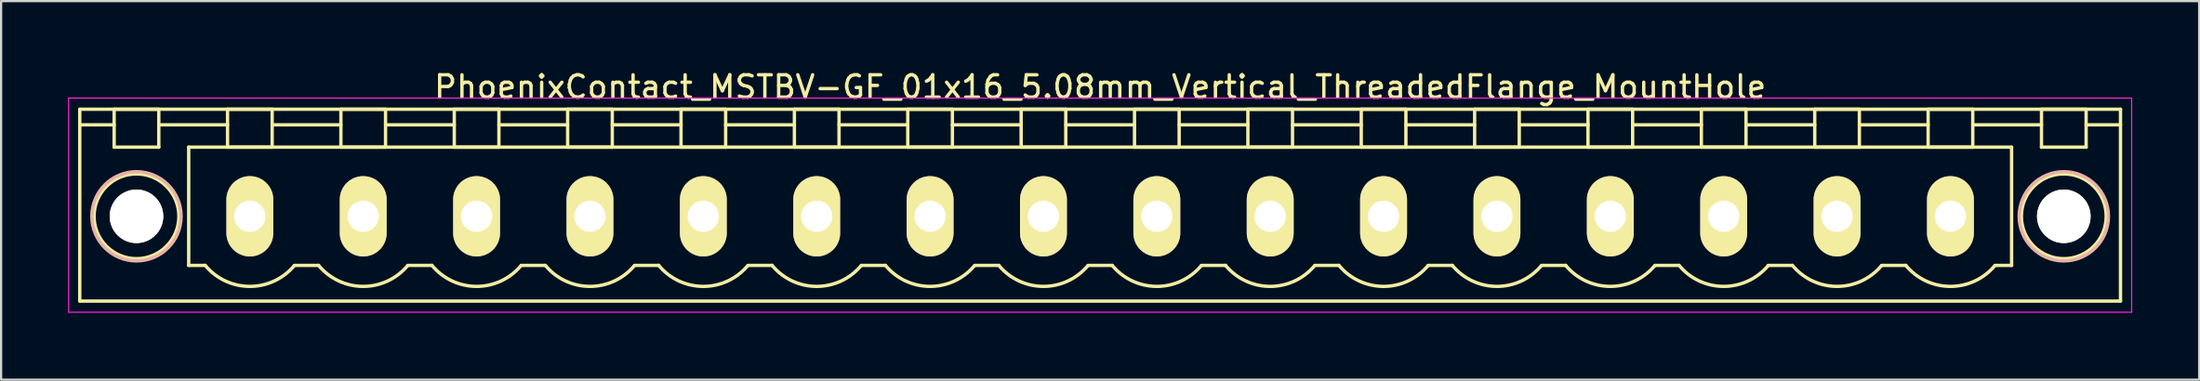
<source format=kicad_pcb>
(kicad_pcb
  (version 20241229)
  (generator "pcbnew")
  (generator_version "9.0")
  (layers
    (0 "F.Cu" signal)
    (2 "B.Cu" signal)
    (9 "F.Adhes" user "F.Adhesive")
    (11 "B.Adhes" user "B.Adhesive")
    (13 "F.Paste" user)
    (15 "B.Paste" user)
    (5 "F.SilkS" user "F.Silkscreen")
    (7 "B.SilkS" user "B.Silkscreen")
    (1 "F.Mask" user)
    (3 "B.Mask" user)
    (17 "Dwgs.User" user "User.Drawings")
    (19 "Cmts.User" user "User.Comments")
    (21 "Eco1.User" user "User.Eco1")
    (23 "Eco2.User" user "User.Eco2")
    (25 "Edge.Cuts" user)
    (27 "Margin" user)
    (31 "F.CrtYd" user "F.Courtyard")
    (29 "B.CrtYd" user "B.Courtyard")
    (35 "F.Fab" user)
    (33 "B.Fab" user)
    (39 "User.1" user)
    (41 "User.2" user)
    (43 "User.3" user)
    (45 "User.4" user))
  (footprint "PhoenixContact_MSTBV-GF_01x16_5.08mm_Vertical_ThreadedFlange_MountHole"
    (layer "F.Cu")
    (at 8.145 6.648)
    (property "Reference" "PhoenixContact_MSTBV-GF_01x16_5.08mm_Vertical_ThreadedFlange_MountHole" (at 38.1 -5.8 0) (layer "F.SilkS") (effects (font (size 1 1) (thickness 0.15))))
    (attr through_hole)
    (fp_line (start -7.62 -4.8) (end -7.62 3.8) (stroke (width 0.15) (type solid)) (layer "F.SilkS"))
    (fp_line (start -7.62 -4.1) (end -6.08 -4.1) (stroke (width 0.15) (type solid)) (layer "F.SilkS"))
    (fp_line (start -7.62 3.8) (end 83.82 3.8) (stroke (width 0.15) (type solid)) (layer "F.SilkS"))
    (fp_line (start -6.08 -4.8) (end -4.08 -4.8) (stroke (width 0.15) (type solid)) (layer "F.SilkS"))
    (fp_line (start -6.08 -3.1) (end -6.08 -4.8) (stroke (width 0.15) (type solid)) (layer "F.SilkS"))
    (fp_line (start -4.08 -4.8) (end -4.08 -3.1) (stroke (width 0.15) (type solid)) (layer "F.SilkS"))
    (fp_line (start -4.08 -4.1) (end -1 -4.1) (stroke (width 0.15) (type solid)) (layer "F.SilkS"))
    (fp_line (start -4.08 -3.1) (end -6.08 -3.1) (stroke (width 0.15) (type solid)) (layer "F.SilkS"))
    (fp_line (start -2.74 -3.1) (end 78.94 -3.1) (stroke (width 0.15) (type solid)) (layer "F.SilkS"))
    (fp_line (start -2.74 2.2) (end -2.74 -3.1) (stroke (width 0.15) (type solid)) (layer "F.SilkS"))
    (fp_line (start -2 2.2) (end -2.74 2.2) (stroke (width 0.15) (type solid)) (layer "F.SilkS"))
    (fp_line (start -1 -4.8) (end 1 -4.8) (stroke (width 0.15) (type solid)) (layer "F.SilkS"))
    (fp_line (start -1 -3.1) (end -1 -4.8) (stroke (width 0.15) (type solid)) (layer "F.SilkS"))
    (fp_line (start 1 -4.8) (end 1 -3.1) (stroke (width 0.15) (type solid)) (layer "F.SilkS"))
    (fp_line (start 1 -4.1) (end 4.08 -4.1) (stroke (width 0.15) (type solid)) (layer "F.SilkS"))
    (fp_line (start 1 -3.1) (end -1 -3.1) (stroke (width 0.15) (type solid)) (layer "F.SilkS"))
    (fp_line (start 2 2.2) (end 3.08 2.2) (stroke (width 0.15) (type solid)) (layer "F.SilkS"))
    (fp_line (start 4.08 -4.8) (end 6.08 -4.8) (stroke (width 0.15) (type solid)) (layer "F.SilkS"))
    (fp_line (start 4.08 -3.1) (end 4.08 -4.8) (stroke (width 0.15) (type solid)) (layer "F.SilkS"))
    (fp_line (start 6.08 -4.8) (end 6.08 -3.1) (stroke (width 0.15) (type solid)) (layer "F.SilkS"))
    (fp_line (start 6.08 -4.1) (end 9.16 -4.1) (stroke (width 0.15) (type solid)) (layer "F.SilkS"))
    (fp_line (start 6.08 -3.1) (end 4.08 -3.1) (stroke (width 0.15) (type solid)) (layer "F.SilkS"))
    (fp_line (start 7.08 2.2) (end 8.16 2.2) (stroke (width 0.15) (type solid)) (layer "F.SilkS"))
    (fp_line (start 9.16 -4.8) (end 11.16 -4.8) (stroke (width 0.15) (type solid)) (layer "F.SilkS"))
    (fp_line (start 9.16 -3.1) (end 9.16 -4.8) (stroke (width 0.15) (type solid)) (layer "F.SilkS"))
    (fp_line (start 11.16 -4.8) (end 11.16 -3.1) (stroke (width 0.15) (type solid)) (layer "F.SilkS"))
    (fp_line (start 11.16 -4.1) (end 14.24 -4.1) (stroke (width 0.15) (type solid)) (layer "F.SilkS"))
    (fp_line (start 11.16 -3.1) (end 9.16 -3.1) (stroke (width 0.15) (type solid)) (layer "F.SilkS"))
    (fp_line (start 12.16 2.2) (end 13.24 2.2) (stroke (width 0.15) (type solid)) (layer "F.SilkS"))
    (fp_line (start 14.24 -4.8) (end 16.24 -4.8) (stroke (width 0.15) (type solid)) (layer "F.SilkS"))
    (fp_line (start 14.24 -3.1) (end 14.24 -4.8) (stroke (width 0.15) (type solid)) (layer "F.SilkS"))
    (fp_line (start 16.24 -4.8) (end 16.24 -3.1) (stroke (width 0.15) (type solid)) (layer "F.SilkS"))
    (fp_line (start 16.24 -4.1) (end 19.32 -4.1) (stroke (width 0.15) (type solid)) (layer "F.SilkS"))
    (fp_line (start 16.24 -3.1) (end 14.24 -3.1) (stroke (width 0.15) (type solid)) (layer "F.SilkS"))
    (fp_line (start 17.24 2.2) (end 18.32 2.2) (stroke (width 0.15) (type solid)) (layer "F.SilkS"))
    (fp_line (start 19.32 -4.8) (end 21.32 -4.8) (stroke (width 0.15) (type solid)) (layer "F.SilkS"))
    (fp_line (start 19.32 -3.1) (end 19.32 -4.8) (stroke (width 0.15) (type solid)) (layer "F.SilkS"))
    (fp_line (start 21.32 -4.8) (end 21.32 -3.1) (stroke (width 0.15) (type solid)) (layer "F.SilkS"))
    (fp_line (start 21.32 -4.1) (end 24.4 -4.1) (stroke (width 0.15) (type solid)) (layer "F.SilkS"))
    (fp_line (start 21.32 -3.1) (end 19.32 -3.1) (stroke (width 0.15) (type solid)) (layer "F.SilkS"))
    (fp_line (start 22.32 2.2) (end 23.4 2.2) (stroke (width 0.15) (type solid)) (layer "F.SilkS"))
    (fp_line (start 24.4 -4.8) (end 26.4 -4.8) (stroke (width 0.15) (type solid)) (layer "F.SilkS"))
    (fp_line (start 24.4 -3.1) (end 24.4 -4.8) (stroke (width 0.15) (type solid)) (layer "F.SilkS"))
    (fp_line (start 26.4 -4.8) (end 26.4 -3.1) (stroke (width 0.15) (type solid)) (layer "F.SilkS"))
    (fp_line (start 26.4 -4.1) (end 29.48 -4.1) (stroke (width 0.15) (type solid)) (layer "F.SilkS"))
    (fp_line (start 26.4 -3.1) (end 24.4 -3.1) (stroke (width 0.15) (type solid)) (layer "F.SilkS"))
    (fp_line (start 27.4 2.2) (end 28.48 2.2) (stroke (width 0.15) (type solid)) (layer "F.SilkS"))
    (fp_line (start 29.48 -4.8) (end 31.48 -4.8) (stroke (width 0.15) (type solid)) (layer "F.SilkS"))
    (fp_line (start 29.48 -3.1) (end 29.48 -4.8) (stroke (width 0.15) (type solid)) (layer "F.SilkS"))
    (fp_line (start 31.48 -4.8) (end 31.48 -3.1) (stroke (width 0.15) (type solid)) (layer "F.SilkS"))
    (fp_line (start 31.48 -4.1) (end 34.56 -4.1) (stroke (width 0.15) (type solid)) (layer "F.SilkS"))
    (fp_line (start 31.48 -3.1) (end 29.48 -3.1) (stroke (width 0.15) (type solid)) (layer "F.SilkS"))
    (fp_line (start 32.48 2.2) (end 33.56 2.2) (stroke (width 0.15) (type solid)) (layer "F.SilkS"))
    (fp_line (start 34.56 -4.8) (end 36.56 -4.8) (stroke (width 0.15) (type solid)) (layer "F.SilkS"))
    (fp_line (start 34.56 -3.1) (end 34.56 -4.8) (stroke (width 0.15) (type solid)) (layer "F.SilkS"))
    (fp_line (start 36.56 -4.8) (end 36.56 -3.1) (stroke (width 0.15) (type solid)) (layer "F.SilkS"))
    (fp_line (start 36.56 -4.1) (end 39.64 -4.1) (stroke (width 0.15) (type solid)) (layer "F.SilkS"))
    (fp_line (start 36.56 -3.1) (end 34.56 -3.1) (stroke (width 0.15) (type solid)) (layer "F.SilkS"))
    (fp_line (start 37.56 2.2) (end 38.64 2.2) (stroke (width 0.15) (type solid)) (layer "F.SilkS"))
    (fp_line (start 39.64 -4.8) (end 41.64 -4.8) (stroke (width 0.15) (type solid)) (layer "F.SilkS"))
    (fp_line (start 39.64 -3.1) (end 39.64 -4.8) (stroke (width 0.15) (type solid)) (layer "F.SilkS"))
    (fp_line (start 41.64 -4.8) (end 41.64 -3.1) (stroke (width 0.15) (type solid)) (layer "F.SilkS"))
    (fp_line (start 41.64 -4.1) (end 44.72 -4.1) (stroke (width 0.15) (type solid)) (layer "F.SilkS"))
    (fp_line (start 41.64 -3.1) (end 39.64 -3.1) (stroke (width 0.15) (type solid)) (layer "F.SilkS"))
    (fp_line (start 42.64 2.2) (end 43.72 2.2) (stroke (width 0.15) (type solid)) (layer "F.SilkS"))
    (fp_line (start 44.72 -4.8) (end 46.72 -4.8) (stroke (width 0.15) (type solid)) (layer "F.SilkS"))
    (fp_line (start 44.72 -3.1) (end 44.72 -4.8) (stroke (width 0.15) (type solid)) (layer "F.SilkS"))
    (fp_line (start 46.72 -4.8) (end 46.72 -3.1) (stroke (width 0.15) (type solid)) (layer "F.SilkS"))
    (fp_line (start 46.72 -4.1) (end 49.8 -4.1) (stroke (width 0.15) (type solid)) (layer "F.SilkS"))
    (fp_line (start 46.72 -3.1) (end 44.72 -3.1) (stroke (width 0.15) (type solid)) (layer "F.SilkS"))
    (fp_line (start 47.72 2.2) (end 48.8 2.2) (stroke (width 0.15) (type solid)) (layer "F.SilkS"))
    (fp_line (start 49.8 -4.8) (end 51.8 -4.8) (stroke (width 0.15) (type solid)) (layer "F.SilkS"))
    (fp_line (start 49.8 -3.1) (end 49.8 -4.8) (stroke (width 0.15) (type solid)) (layer "F.SilkS"))
    (fp_line (start 51.8 -4.8) (end 51.8 -3.1) (stroke (width 0.15) (type solid)) (layer "F.SilkS"))
    (fp_line (start 51.8 -4.1) (end 54.88 -4.1) (stroke (width 0.15) (type solid)) (layer "F.SilkS"))
    (fp_line (start 51.8 -3.1) (end 49.8 -3.1) (stroke (width 0.15) (type solid)) (layer "F.SilkS"))
    (fp_line (start 52.8 2.2) (end 53.88 2.2) (stroke (width 0.15) (type solid)) (layer "F.SilkS"))
    (fp_line (start 54.88 -4.8) (end 56.88 -4.8) (stroke (width 0.15) (type solid)) (layer "F.SilkS"))
    (fp_line (start 54.88 -3.1) (end 54.88 -4.8) (stroke (width 0.15) (type solid)) (layer "F.SilkS"))
    (fp_line (start 56.88 -4.8) (end 56.88 -3.1) (stroke (width 0.15) (type solid)) (layer "F.SilkS"))
    (fp_line (start 56.88 -4.1) (end 59.96 -4.1) (stroke (width 0.15) (type solid)) (layer "F.SilkS"))
    (fp_line (start 56.88 -3.1) (end 54.88 -3.1) (stroke (width 0.15) (type solid)) (layer "F.SilkS"))
    (fp_line (start 57.88 2.2) (end 58.96 2.2) (stroke (width 0.15) (type solid)) (layer "F.SilkS"))
    (fp_line (start 59.96 -4.8) (end 61.96 -4.8) (stroke (width 0.15) (type solid)) (layer "F.SilkS"))
    (fp_line (start 59.96 -3.1) (end 59.96 -4.8) (stroke (width 0.15) (type solid)) (layer "F.SilkS"))
    (fp_line (start 61.96 -4.8) (end 61.96 -3.1) (stroke (width 0.15) (type solid)) (layer "F.SilkS"))
    (fp_line (start 61.96 -4.1) (end 65.04 -4.1) (stroke (width 0.15) (type solid)) (layer "F.SilkS"))
    (fp_line (start 61.96 -3.1) (end 59.96 -3.1) (stroke (width 0.15) (type solid)) (layer "F.SilkS"))
    (fp_line (start 62.96 2.2) (end 64.04 2.2) (stroke (width 0.15) (type solid)) (layer "F.SilkS"))
    (fp_line (start 65.04 -4.8) (end 67.04 -4.8) (stroke (width 0.15) (type solid)) (layer "F.SilkS"))
    (fp_line (start 65.04 -3.1) (end 65.04 -4.8) (stroke (width 0.15) (type solid)) (layer "F.SilkS"))
    (fp_line (start 67.04 -4.8) (end 67.04 -3.1) (stroke (width 0.15) (type solid)) (layer "F.SilkS"))
    (fp_line (start 67.04 -4.1) (end 70.12 -4.1) (stroke (width 0.15) (type solid)) (layer "F.SilkS"))
    (fp_line (start 67.04 -3.1) (end 65.04 -3.1) (stroke (width 0.15) (type solid)) (layer "F.SilkS"))
    (fp_line (start 68.04 2.2) (end 69.12 2.2) (stroke (width 0.15) (type solid)) (layer "F.SilkS"))
    (fp_line (start 70.12 -4.8) (end 72.12 -4.8) (stroke (width 0.15) (type solid)) (layer "F.SilkS"))
    (fp_line (start 70.12 -3.1) (end 70.12 -4.8) (stroke (width 0.15) (type solid)) (layer "F.SilkS"))
    (fp_line (start 72.12 -4.8) (end 72.12 -3.1) (stroke (width 0.15) (type solid)) (layer "F.SilkS"))
    (fp_line (start 72.12 -4.1) (end 75.2 -4.1) (stroke (width 0.15) (type solid)) (layer "F.SilkS"))
    (fp_line (start 72.12 -3.1) (end 70.12 -3.1) (stroke (width 0.15) (type solid)) (layer "F.SilkS"))
    (fp_line (start 73.12 2.2) (end 74.2 2.2) (stroke (width 0.15) (type solid)) (layer "F.SilkS"))
    (fp_line (start 75.2 -4.8) (end 77.2 -4.8) (stroke (width 0.15) (type solid)) (layer "F.SilkS"))
    (fp_line (start 75.2 -3.1) (end 75.2 -4.8) (stroke (width 0.15) (type solid)) (layer "F.SilkS"))
    (fp_line (start 77.2 -4.8) (end 77.2 -3.1) (stroke (width 0.15) (type solid)) (layer "F.SilkS"))
    (fp_line (start 77.2 -4.1) (end 80.28 -4.1) (stroke (width 0.15) (type solid)) (layer "F.SilkS"))
    (fp_line (start 77.2 -3.1) (end 75.2 -3.1) (stroke (width 0.15) (type solid)) (layer "F.SilkS"))
    (fp_line (start 78.94 -3.1) (end 78.94 2.2) (stroke (width 0.15) (type solid)) (layer "F.SilkS"))
    (fp_line (start 78.94 2.2) (end 78.2 2.2) (stroke (width 0.15) (type solid)) (layer "F.SilkS"))
    (fp_line (start 80.28 -4.8) (end 82.28 -4.8) (stroke (width 0.15) (type solid)) (layer "F.SilkS"))
    (fp_line (start 80.28 -3.1) (end 80.28 -4.8) (stroke (width 0.15) (type solid)) (layer "F.SilkS"))
    (fp_line (start 82.28 -4.8) (end 82.28 -3.1) (stroke (width 0.15) (type solid)) (layer "F.SilkS"))
    (fp_line (start 82.28 -3.1) (end 80.28 -3.1) (stroke (width 0.15) (type solid)) (layer "F.SilkS"))
    (fp_line (start 83.82 -4.8) (end -7.62 -4.8) (stroke (width 0.15) (type solid)) (layer "F.SilkS"))
    (fp_line (start 83.82 -4.1) (end 82.28 -4.1) (stroke (width 0.15) (type solid)) (layer "F.SilkS"))
    (fp_line (start 83.82 3.8) (end 83.82 -4.8) (stroke (width 0.15) (type solid)) (layer "F.SilkS"))
    (fp_arc (start 1.986842 2.215821) (mid -0.010289 3.142758) (end -2 2.2) (stroke (width 0.15) (type solid)) (layer "F.SilkS"))
    (fp_arc (start 7.066842 2.215821) (mid 5.069711 3.142758) (end 3.08 2.2) (stroke (width 0.15) (type solid)) (layer "F.SilkS"))
    (fp_arc (start 12.146842 2.215821) (mid 10.149711 3.142758) (end 8.16 2.2) (stroke (width 0.15) (type solid)) (layer "F.SilkS"))
    (fp_arc (start 17.226842 2.215821) (mid 15.229711 3.142758) (end 13.24 2.2) (stroke (width 0.15) (type solid)) (layer "F.SilkS"))
    (fp_arc (start 22.306842 2.215821) (mid 20.309711 3.142758) (end 18.32 2.2) (stroke (width 0.15) (type solid)) (layer "F.SilkS"))
    (fp_arc (start 27.386842 2.215821) (mid 25.389711 3.142758) (end 23.4 2.2) (stroke (width 0.15) (type solid)) (layer "F.SilkS"))
    (fp_arc (start 32.466842 2.215821) (mid 30.469711 3.142758) (end 28.48 2.2) (stroke (width 0.15) (type solid)) (layer "F.SilkS"))
    (fp_arc (start 37.546842 2.215821) (mid 35.549711 3.142758) (end 33.56 2.2) (stroke (width 0.15) (type solid)) (layer "F.SilkS"))
    (fp_arc (start 42.626842 2.215821) (mid 40.629711 3.142758) (end 38.64 2.2) (stroke (width 0.15) (type solid)) (layer "F.SilkS"))
    (fp_arc (start 47.706842 2.215821) (mid 45.709711 3.142758) (end 43.72 2.2) (stroke (width 0.15) (type solid)) (layer "F.SilkS"))
    (fp_arc (start 52.786842 2.215821) (mid 50.789711 3.142758) (end 48.8 2.2) (stroke (width 0.15) (type solid)) (layer "F.SilkS"))
    (fp_arc (start 57.866842 2.215821) (mid 55.869711 3.142758) (end 53.88 2.2) (stroke (width 0.15) (type solid)) (layer "F.SilkS"))
    (fp_arc (start 62.946842 2.215821) (mid 60.949711 3.142758) (end 58.96 2.2) (stroke (width 0.15) (type solid)) (layer "F.SilkS"))
    (fp_arc (start 68.026842 2.215821) (mid 66.029711 3.142758) (end 64.04 2.2) (stroke (width 0.15) (type solid)) (layer "F.SilkS"))
    (fp_arc (start 73.106842 2.215821) (mid 71.109711 3.142758) (end 69.12 2.2) (stroke (width 0.15) (type solid)) (layer "F.SilkS"))
    (fp_arc (start 78.186842 2.215821) (mid 76.189711 3.142758) (end 74.2 2.2) (stroke (width 0.15) (type solid)) (layer "F.SilkS"))
    (fp_circle (center -5.08 0) (end -4.08 0) (stroke (width 0.15) (type solid)) (fill no) (layer "F.SilkS"))
    (fp_circle (center -5.08 0) (end -3.18 0) (stroke (width 0.15) (type solid)) (fill no) (layer "F.SilkS"))
    (fp_circle (center 81.28 0) (end 82.28 0) (stroke (width 0.15) (type solid)) (fill no) (layer "F.SilkS"))
    (fp_circle (center 81.28 0) (end 83.18 0) (stroke (width 0.15) (type solid)) (fill no) (layer "F.SilkS"))
    (fp_circle (center -5.08 0) (end -3.08 0) (stroke (width 0.15) (type solid)) (fill no) (layer "B.SilkS"))
    (fp_circle (center 81.28 0) (end 83.28 0) (stroke (width 0.15) (type solid)) (fill no) (layer "B.SilkS"))
    (fp_line (start -8.12 -5.3) (end -8.12 4.3) (stroke (width 0.05) (type solid)) (layer "F.CrtYd"))
    (fp_line (start -8.12 4.3) (end 84.32 4.3) (stroke (width 0.05) (type solid)) (layer "F.CrtYd"))
    (fp_line (start 84.32 -5.3) (end -8.12 -5.3) (stroke (width 0.05) (type solid)) (layer "F.CrtYd"))
    (fp_line (start 84.32 4.3) (end 84.32 -5.3) (stroke (width 0.05) (type solid)) (layer "F.CrtYd"))
    (pad "" np_thru_hole circle (at -5.08 0) (size 2.4 2.4) (drill 2.4) (layers "*.Cu" "*.Mask" "F.SilkS"))
    (pad "" np_thru_hole circle (at 81.28 0) (size 2.4 2.4) (drill 2.4) (layers "*.Cu" "*.Mask" "F.SilkS"))
    (pad "1" thru_hole oval (at 0 0) (size 2.1 3.6) (drill 1.4) (layers "*.Cu" "*.Mask" "F.SilkS"))
    (pad "2" thru_hole oval (at 5.08 0) (size 2.1 3.6) (drill 1.4) (layers "*.Cu" "*.Mask" "F.SilkS"))
    (pad "3" thru_hole oval (at 10.16 0) (size 2.1 3.6) (drill 1.4) (layers "*.Cu" "*.Mask" "F.SilkS"))
    (pad "4" thru_hole oval (at 15.24 0) (size 2.1 3.6) (drill 1.4) (layers "*.Cu" "*.Mask" "F.SilkS"))
    (pad "5" thru_hole oval (at 20.32 0) (size 2.1 3.6) (drill 1.4) (layers "*.Cu" "*.Mask" "F.SilkS"))
    (pad "6" thru_hole oval (at 25.4 0) (size 2.1 3.6) (drill 1.4) (layers "*.Cu" "*.Mask" "F.SilkS"))
    (pad "7" thru_hole oval (at 30.48 0) (size 2.1 3.6) (drill 1.4) (layers "*.Cu" "*.Mask" "F.SilkS"))
    (pad "8" thru_hole oval (at 35.56 0) (size 2.1 3.6) (drill 1.4) (layers "*.Cu" "*.Mask" "F.SilkS"))
    (pad "9" thru_hole oval (at 40.64 0) (size 2.1 3.6) (drill 1.4) (layers "*.Cu" "*.Mask" "F.SilkS"))
    (pad "10" thru_hole oval (at 45.72 0) (size 2.1 3.6) (drill 1.4) (layers "*.Cu" "*.Mask" "F.SilkS"))
    (pad "11" thru_hole oval (at 50.8 0) (size 2.1 3.6) (drill 1.4) (layers "*.Cu" "*.Mask" "F.SilkS"))
    (pad "12" thru_hole oval (at 55.88 0) (size 2.1 3.6) (drill 1.4) (layers "*.Cu" "*.Mask" "F.SilkS"))
    (pad "13" thru_hole oval (at 60.96 0) (size 2.1 3.6) (drill 1.4) (layers "*.Cu" "*.Mask" "F.SilkS"))
    (pad "14" thru_hole oval (at 66.04 0) (size 2.1 3.6) (drill 1.4) (layers "*.Cu" "*.Mask" "F.SilkS"))
    (pad "15" thru_hole oval (at 71.12 0) (size 2.1 3.6) (drill 1.4) (layers "*.Cu" "*.Mask" "F.SilkS"))
    (pad "16" thru_hole oval (at 76.2 0) (size 2.1 3.6) (drill 1.4) (layers "*.Cu" "*.Mask" "F.SilkS")))
  (gr_rect
    (start -3 -3)
    (end 95.49 13.973)
    (stroke (width 0.1) (type default))
    (fill no)
    (layer "Edge.Cuts")))
</source>
